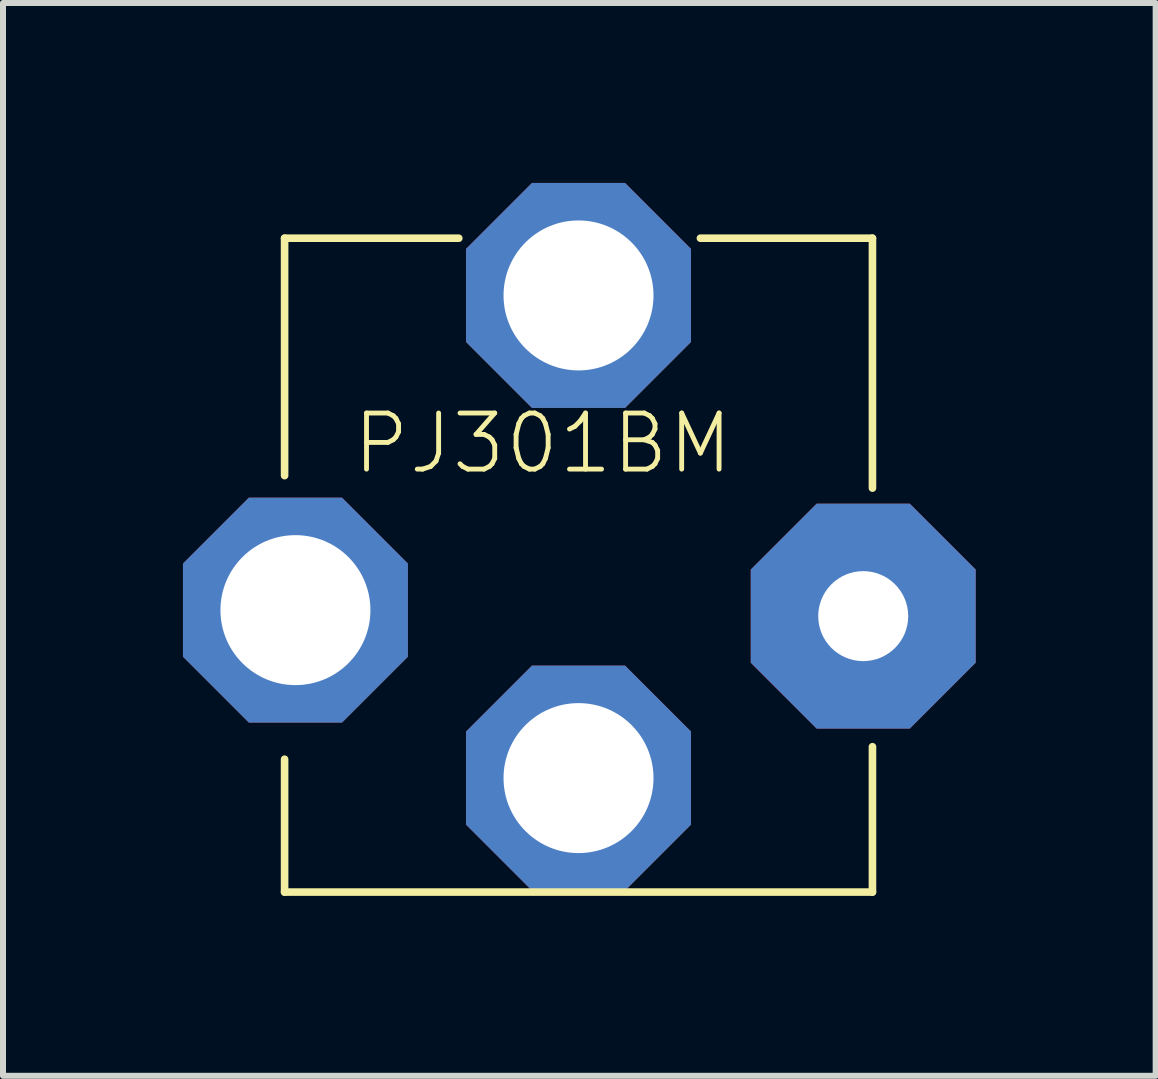
<source format=kicad_pcb>
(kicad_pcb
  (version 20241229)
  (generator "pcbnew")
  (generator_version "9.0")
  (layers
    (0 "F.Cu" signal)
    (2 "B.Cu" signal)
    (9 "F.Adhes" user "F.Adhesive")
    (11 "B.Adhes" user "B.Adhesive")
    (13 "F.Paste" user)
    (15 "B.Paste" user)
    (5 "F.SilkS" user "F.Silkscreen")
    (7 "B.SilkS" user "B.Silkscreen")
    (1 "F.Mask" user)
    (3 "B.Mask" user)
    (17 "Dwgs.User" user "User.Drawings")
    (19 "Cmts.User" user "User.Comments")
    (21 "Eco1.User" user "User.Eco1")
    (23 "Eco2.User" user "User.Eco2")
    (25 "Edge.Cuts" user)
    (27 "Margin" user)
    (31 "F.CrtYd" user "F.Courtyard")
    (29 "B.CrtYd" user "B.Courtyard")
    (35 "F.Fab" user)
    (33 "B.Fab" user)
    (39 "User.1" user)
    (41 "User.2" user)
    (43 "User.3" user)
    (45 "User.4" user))
  (footprint "PJ301BM"
    (layer "F.Cu")
    (at 6.594 6.621)
    (property "Reference" "PJ301BM" (at -3.81 -1.732 0) (unlocked yes) (layer "F.SilkS") (effects (font (size 0.935 0.935) (thickness 0.081)) (justify left bottom)))
    (fp_line (start -4.9 -5.7) (end -4.9 -1.742) (stroke (width 0.127) (type solid)) (layer "F.SilkS"))
    (fp_line (start -4.9 -5.7) (end -1.996 -5.7) (stroke (width 0.127) (type solid)) (layer "F.SilkS"))
    (fp_line (start -4.9 5.2) (end -4.9 2.985) (stroke (width 0.127) (type solid)) (layer "F.SilkS"))
    (fp_line (start -4.9 5.2) (end 4.9 5.2) (stroke (width 0.127) (type solid)) (layer "F.SilkS"))
    (fp_line (start 2.032 -5.7) (end 4.9 -5.7) (stroke (width 0.127) (type solid)) (layer "F.SilkS"))
    (fp_line (start 4.9 -5.7) (end 4.9 -1.534) (stroke (width 0.127) (type solid)) (layer "F.SilkS"))
    (fp_line (start 4.9 5.2) (end 4.9 2.777) (stroke (width 0.127) (type solid)) (layer "F.SilkS"))
    (pad "GND1" thru_hole roundrect (at -4.719 0.5 90) (size 3.75 3.75) (drill 2.5) (layers "*.Cu" "*.Mask") (roundrect_rratio 0.25) (chamfer_ratio 0.293) (chamfer top_left top_right bottom_left bottom_right))
    (pad "GND2" thru_hole roundrect (at 4.746 0.6 90) (size 3.75 3.75) (drill 1.5) (layers "*.Cu" "*.Mask") (roundrect_rratio 0.25) (chamfer_ratio 0.293) (chamfer top_left top_right bottom_left bottom_right))
    (pad "SWITCH" thru_hole roundrect (at 0 3.3) (size 3.75 3.75) (drill 2.5) (layers "*.Cu" "*.Mask") (roundrect_rratio 0.25) (chamfer_ratio 0.293) (chamfer top_left top_right bottom_left bottom_right))
    (pad "TIP" thru_hole roundrect (at 0 -4.746) (size 3.75 3.75) (drill 2.5) (layers "*.Cu" "*.Mask") (roundrect_rratio 0.25) (chamfer_ratio 0.293) (chamfer top_left top_right bottom_left bottom_right)))
  (gr_rect
    (start -3 -3)
    (end 16.215 14.884)
    (stroke (width 0.1) (type default))
    (fill no)
    (layer "Edge.Cuts")))
</source>
